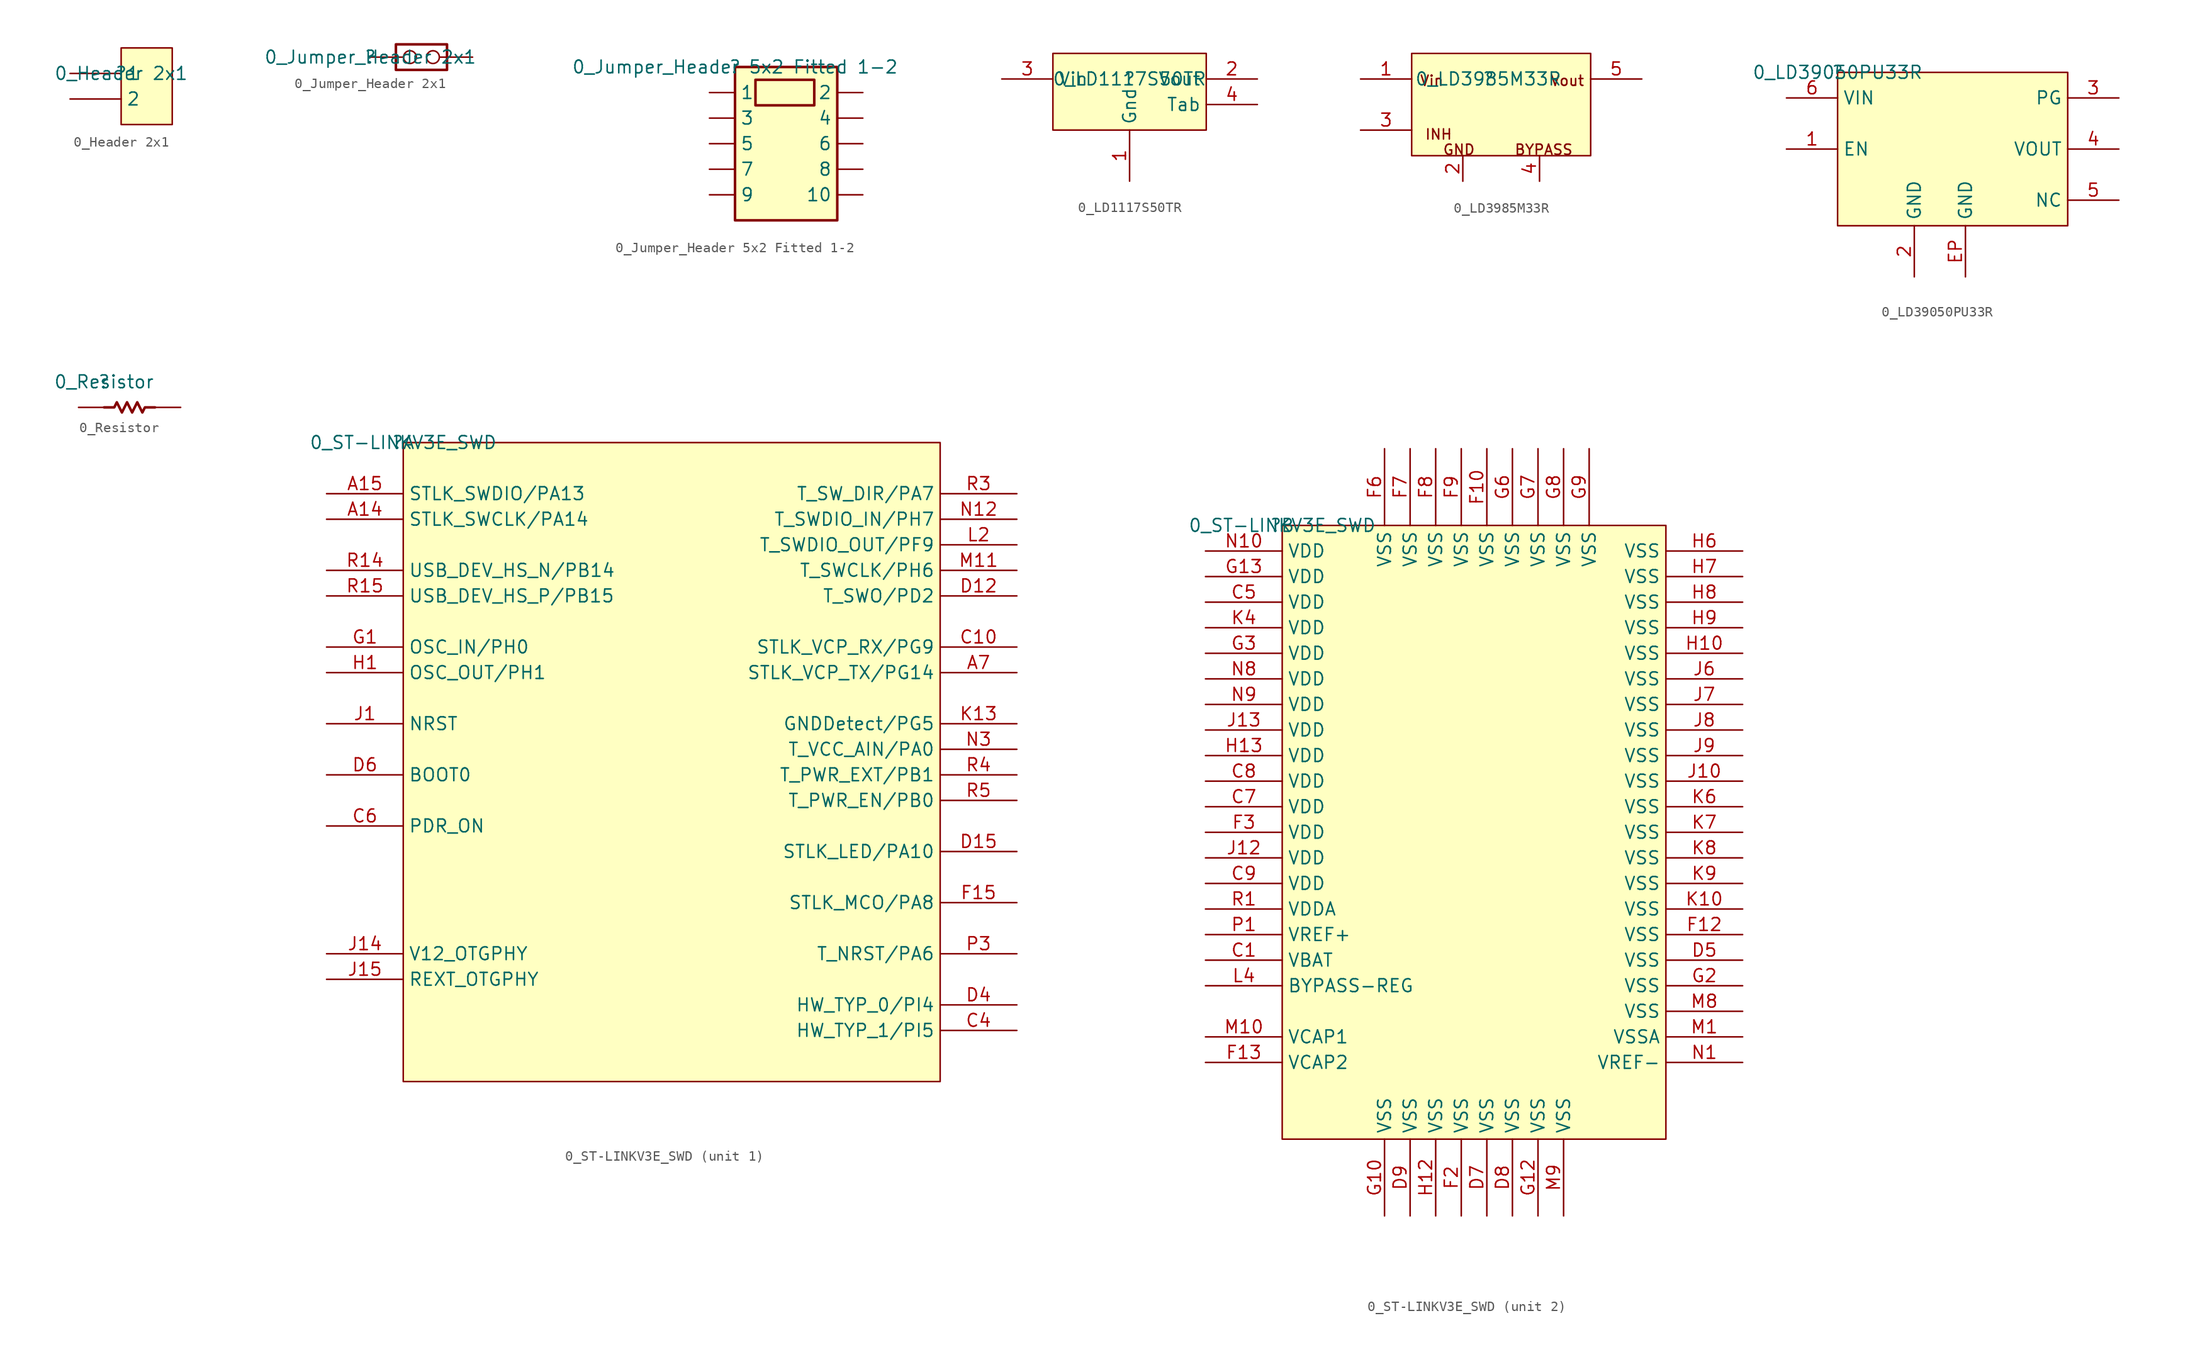
<source format=kicad_sym>
(kicad_symbol_lib
  (version 20211014)
  (generator kicad_symbol_editor)
  (symbol "0_Header 2x1"
    (property "Reference" ""
      (at 0 0 0)
      (effects (font (size 1.27 1.27))))
    (property "Value" "0_Header 2x1"
      (at 0 0 0)
      (effects (font (size 1.27 1.27))))
    (symbol "0_Header 2x1_1_0"
      (rectangle (start 5.08 2.54) (end 0 -5.08) (stroke (width 0) (type default) (color 0 0 0 0)) (fill (type background)))
      (pin passive line (at -5.08 0 0) (length 5.08) (name "1" (effects (font (size 1.27 1.27)))) (number "1" (effects (font (size 0 0)))))
      (pin passive line (at -5.08 -2.54 0) (length 5.08) (name "2" (effects (font (size 1.27 1.27)))) (number "2" (effects (font (size 0 0)))))))
  (symbol "0_Jumper_Header 2x1"
    (property "Reference" ""
      (at 0 0 0)
      (effects (font (size 1.27 1.27))))
    (property "Value" "0_Jumper_Header 2x1"
      (at 0 0 0)
      (effects (font (size 1.27 1.27))))
    (symbol "0_Jumper_Header 2x1_1_0"
      (polyline (pts (xy 2.54 1.27) (xy 7.62 1.27) (xy 7.62 -1.27) (xy 2.54 -1.27) (xy 2.54 1.27)) (stroke (width 0.254) (type default) (color 0 0 0 0)) (fill (type none)))
      (pin passive inverted (at 0 0 0) (length 4.572) (name "COMMON" (effects (font (size 0 0)))) (number "1" (effects (font (size 0 0)))))
      (pin passive inverted (at 10.16 0 180) (length 4.572) (name "NO" (effects (font (size 0 0)))) (number "2" (effects (font (size 0 0)))))))
  (symbol "0_Jumper_Header 5x2 Fitted 1-2"
    (property "Reference" ""
      (at 0 0 0)
      (effects (font (size 1.27 1.27))))
    (property "Value" "0_Jumper_Header 5x2 Fitted 1-2"
      (at 0 0 0)
      (effects (font (size 1.27 1.27))))
    (symbol "0_Jumper_Header 5x2 Fitted 1-2_1_0"
      (rectangle (start 7.874 -1.27) (end 2.032 -3.81) (stroke (width 0.254) (type default) (color 0 0 0 0)) (fill (type background)))
      (rectangle (start 10.16 0) (end 0 -15.24) (stroke (width 0.254) (type default) (color 0 0 0 0)) (fill (type background)))
      (pin passive line (at -2.54 -2.54 0) (length 2.54) (name "1" (effects (font (size 1.27 1.27)))) (number "1" (effects (font (size 0 0)))))
      (pin passive line (at 12.7 -12.7 180) (length 2.54) (name "10" (effects (font (size 1.27 1.27)))) (number "10" (effects (font (size 0 0)))))
      (pin passive line (at 12.7 -2.54 180) (length 2.54) (name "2" (effects (font (size 1.27 1.27)))) (number "2" (effects (font (size 0 0)))))
      (pin passive line (at -2.54 -5.08 0) (length 2.54) (name "3" (effects (font (size 1.27 1.27)))) (number "3" (effects (font (size 0 0)))))
      (pin passive line (at 12.7 -5.08 180) (length 2.54) (name "4" (effects (font (size 1.27 1.27)))) (number "4" (effects (font (size 0 0)))))
      (pin passive line (at -2.54 -7.62 0) (length 2.54) (name "5" (effects (font (size 1.27 1.27)))) (number "5" (effects (font (size 0 0)))))
      (pin passive line (at 12.7 -7.62 180) (length 2.54) (name "6" (effects (font (size 1.27 1.27)))) (number "6" (effects (font (size 0 0)))))
      (pin passive line (at -2.54 -10.16 0) (length 2.54) (name "7" (effects (font (size 1.27 1.27)))) (number "7" (effects (font (size 0 0)))))
      (pin passive line (at 12.7 -10.16 180) (length 2.54) (name "8" (effects (font (size 1.27 1.27)))) (number "8" (effects (font (size 0 0)))))
      (pin passive line (at -2.54 -12.7 0) (length 2.54) (name "9" (effects (font (size 1.27 1.27)))) (number "9" (effects (font (size 0 0)))))))
  (symbol "0_LD1117S50TR"
    (property "Reference" ""
      (at 0 0 0)
      (effects (font (size 1.27 1.27))))
    (property "Value" "0_LD1117S50TR"
      (at 0 0 0)
      (effects (font (size 1.27 1.27))))
    (symbol "0_LD1117S50TR_1_0"
      (rectangle (start 7.62 2.54) (end -7.62 -5.08) (stroke (width 0) (type default) (color 0 0 0 0)) (fill (type background)))
      (pin passive line (at 0 -10.16 90) (length 5.08) (name "Gnd" (effects (font (size 1.27 1.27)))) (number "1" (effects (font (size 1.27 1.27)))))
      (pin passive line (at 12.7 0 180) (length 5.08) (name "Vout" (effects (font (size 1.27 1.27)))) (number "2" (effects (font (size 1.27 1.27)))))
      (pin passive line (at -12.7 0 0) (length 5.08) (name "Vin" (effects (font (size 1.27 1.27)))) (number "3" (effects (font (size 1.27 1.27)))))
      (pin passive line (at 12.7 -2.54 180) (length 5.08) (name "Tab" (effects (font (size 1.27 1.27)))) (number "4" (effects (font (size 1.27 1.27)))))))
  (symbol "0_LD3985M33R"
    (property "Reference" ""
      (at 0 0 0)
      (effects (font (size 1.27 1.27))))
    (property "Value" "0_LD3985M33R"
      (at 0 0 0)
      (effects (font (size 1.27 1.27))))
    (symbol "0_LD3985M33R_1_0"
      (rectangle (start 10.16 2.54) (end -7.62 -7.62) (stroke (width 0) (type default) (color 0 0 0 0)) (fill (type background)))
      (text "BYPASS" (at 2.54 -7.62 0) (effects (font (size 1.016 1.016)) (justify left bottom)))
      (text "GND" (at -4.572 -7.62 0) (effects (font (size 1.016 1.016)) (justify left bottom)))
      (text "INH" (at -6.35 -6.096 0) (effects (font (size 1.016 1.016)) (justify left bottom)))
      (text "Vin" (at -6.858 -0.762 0) (effects (font (size 1.016 1.016)) (justify left bottom)))
      (text "Vout" (at 6.096 -0.762 0) (effects (font (size 1.016 1.016)) (justify left bottom)))
      (pin passive line (at -12.7 0 0) (length 5.08) (name "Vin" (effects (font (size 0 0)))) (number "1" (effects (font (size 1.27 1.27)))))
      (pin passive line (at -2.54 -10.16 90) (length 2.54) (name "GND" (effects (font (size 0 0)))) (number "2" (effects (font (size 1.27 1.27)))))
      (pin passive line (at -12.7 -5.08 0) (length 5.08) (name "CE" (effects (font (size 0 0)))) (number "3" (effects (font (size 1.27 1.27)))))
      (pin passive line (at 5.08 -10.16 90) (length 2.54) (name "BYPASS" (effects (font (size 0 0)))) (number "4" (effects (font (size 1.27 1.27)))))
      (pin passive line (at 15.24 0 180) (length 5.08) (name "Vout" (effects (font (size 0 0)))) (number "5" (effects (font (size 1.27 1.27)))))))
  (symbol "0_LD39050PU33R"
    (property "Reference" ""
      (at 0 0 0)
      (effects (font (size 1.27 1.27))))
    (property "Value" "0_LD39050PU33R"
      (at 0 0 0)
      (effects (font (size 1.27 1.27))))
    (symbol "0_LD39050PU33R_1_0"
      (rectangle (start 22.86 0) (end 0 -15.24) (stroke (width 0) (type default) (color 0 0 0 0)) (fill (type background)))
      (pin passive line (at -5.08 -7.62 0) (length 5.08) (name "EN" (effects (font (size 1.27 1.27)))) (number "1" (effects (font (size 1.27 1.27)))))
      (pin passive line (at 7.62 -20.32 90) (length 5.08) (name "GND" (effects (font (size 1.27 1.27)))) (number "2" (effects (font (size 1.27 1.27)))))
      (pin passive line (at 27.94 -2.54 180) (length 5.08) (name "PG" (effects (font (size 1.27 1.27)))) (number "3" (effects (font (size 1.27 1.27)))))
      (pin passive line (at 27.94 -7.62 180) (length 5.08) (name "VOUT" (effects (font (size 1.27 1.27)))) (number "4" (effects (font (size 1.27 1.27)))))
      (pin passive line (at 27.94 -12.7 180) (length 5.08) (name "NC" (effects (font (size 1.27 1.27)))) (number "5" (effects (font (size 1.27 1.27)))))
      (pin passive line (at -5.08 -2.54 0) (length 5.08) (name "VIN" (effects (font (size 1.27 1.27)))) (number "6" (effects (font (size 1.27 1.27)))))
      (pin passive line (at 12.7 -20.32 90) (length 5.08) (name "GND" (effects (font (size 1.27 1.27)))) (number "EP" (effects (font (size 1.27 1.27)))))))
  (symbol "0_Resistor"
    (property "Reference" ""
      (at 0 0 0)
      (effects (font (size 1.27 1.27))))
    (property "Value" "0_Resistor"
      (at 0 0 0)
      (effects (font (size 1.27 1.27))))
    (symbol "0_Resistor_1_0"
      (polyline (pts (xy 5.08 -2.54) (xy 4.064 -2.54) (xy 3.81 -3.048) (xy 3.302 -2.032) (xy 2.794 -3.048) (xy 2.286 -2.032) (xy 1.778 -3.048) (xy 1.27 -2.032) (xy 1.016 -2.54) (xy 0 -2.54)) (stroke (width 0.254) (type default) (color 0 0 0 0)) (fill (type none)))
      (pin passive line (at -2.54 -2.54 0) (length 2.54) (name "1" (effects (font (size 0 0)))) (number "1" (effects (font (size 0 0)))))
      (pin passive line (at 7.62 -2.54 180) (length 2.54) (name "2" (effects (font (size 0 0)))) (number "2" (effects (font (size 0 0)))))))
  (symbol "0_ST-LINKV3E_SWD"
    (property "Reference" ""
      (at 0 0 0)
      (effects (font (size 1.27 1.27))))
    (property "Value" "0_ST-LINKV3E_SWD"
      (at 0 0 0)
      (effects (font (size 1.27 1.27))))
    (symbol "0_ST-LINKV3E_SWD_1_0"
      (rectangle (start 53.34 0) (end 0 -63.5) (stroke (width 0) (type default) (color 0 0 0 0)) (fill (type background)))
      (pin passive line (at -7.62 -7.62 0) (length 7.62) (name "STLK_SWCLK/PA14" (effects (font (size 1.27 1.27)))) (number "A14" (effects (font (size 1.27 1.27)))))
      (pin passive line (at -7.62 -5.08 0) (length 7.62) (name "STLK_SWDIO/PA13" (effects (font (size 1.27 1.27)))) (number "A15" (effects (font (size 1.27 1.27)))))
      (pin passive line (at 60.96 -22.86 180) (length 7.62) (name "STLK_VCP_TX/PG14" (effects (font (size 1.27 1.27)))) (number "A7" (effects (font (size 1.27 1.27)))))
      (pin passive line (at 60.96 -20.32 180) (length 7.62) (name "STLK_VCP_RX/PG9" (effects (font (size 1.27 1.27)))) (number "C10" (effects (font (size 1.27 1.27)))))
      (pin passive line (at 60.96 -58.42 180) (length 7.62) (name "HW_TYP_1/PI5" (effects (font (size 1.27 1.27)))) (number "C4" (effects (font (size 1.27 1.27)))))
      (pin passive line (at -7.62 -38.1 0) (length 7.62) (name "PDR_ON" (effects (font (size 1.27 1.27)))) (number "C6" (effects (font (size 1.27 1.27)))))
      (pin passive line (at 60.96 -15.24 180) (length 7.62) (name "T_SWO/PD2" (effects (font (size 1.27 1.27)))) (number "D12" (effects (font (size 1.27 1.27)))))
      (pin passive line (at 60.96 -40.64 180) (length 7.62) (name "STLK_LED/PA10" (effects (font (size 1.27 1.27)))) (number "D15" (effects (font (size 1.27 1.27)))))
      (pin passive line (at 60.96 -55.88 180) (length 7.62) (name "HW_TYP_0/PI4" (effects (font (size 1.27 1.27)))) (number "D4" (effects (font (size 1.27 1.27)))))
      (pin passive line (at -7.62 -33.02 0) (length 7.62) (name "BOOT0" (effects (font (size 1.27 1.27)))) (number "D6" (effects (font (size 1.27 1.27)))))
      (pin passive line (at 60.96 -45.72 180) (length 7.62) (name "STLK_MCO/PA8" (effects (font (size 1.27 1.27)))) (number "F15" (effects (font (size 1.27 1.27)))))
      (pin passive line (at -7.62 -20.32 0) (length 7.62) (name "OSC_IN/PH0" (effects (font (size 1.27 1.27)))) (number "G1" (effects (font (size 1.27 1.27)))))
      (pin passive line (at -7.62 -22.86 0) (length 7.62) (name "OSC_OUT/PH1" (effects (font (size 1.27 1.27)))) (number "H1" (effects (font (size 1.27 1.27)))))
      (pin passive line (at -7.62 -27.94 0) (length 7.62) (name "NRST" (effects (font (size 1.27 1.27)))) (number "J1" (effects (font (size 1.27 1.27)))))
      (pin passive line (at -7.62 -50.8 0) (length 7.62) (name "V12_OTGPHY" (effects (font (size 1.27 1.27)))) (number "J14" (effects (font (size 1.27 1.27)))))
      (pin passive line (at -7.62 -53.34 0) (length 7.62) (name "REXT_OTGPHY" (effects (font (size 1.27 1.27)))) (number "J15" (effects (font (size 1.27 1.27)))))
      (pin passive line (at 60.96 -27.94 180) (length 7.62) (name "GNDDetect/PG5" (effects (font (size 1.27 1.27)))) (number "K13" (effects (font (size 1.27 1.27)))))
      (pin passive line (at 60.96 -10.16 180) (length 7.62) (name "T_SWDIO_OUT/PF9" (effects (font (size 1.27 1.27)))) (number "L2" (effects (font (size 1.27 1.27)))))
      (pin passive line (at 60.96 -12.7 180) (length 7.62) (name "T_SWCLK/PH6" (effects (font (size 1.27 1.27)))) (number "M11" (effects (font (size 1.27 1.27)))))
      (pin passive line (at 60.96 -7.62 180) (length 7.62) (name "T_SWDIO_IN/PH7" (effects (font (size 1.27 1.27)))) (number "N12" (effects (font (size 1.27 1.27)))))
      (pin passive line (at 60.96 -30.48 180) (length 7.62) (name "T_VCC_AIN/PA0" (effects (font (size 1.27 1.27)))) (number "N3" (effects (font (size 1.27 1.27)))))
      (pin passive line (at 60.96 -50.8 180) (length 7.62) (name "T_NRST/PA6" (effects (font (size 1.27 1.27)))) (number "P3" (effects (font (size 1.27 1.27)))))
      (pin passive line (at -7.62 -12.7 0) (length 7.62) (name "USB_DEV_HS_N/PB14" (effects (font (size 1.27 1.27)))) (number "R14" (effects (font (size 1.27 1.27)))))
      (pin passive line (at -7.62 -15.24 0) (length 7.62) (name "USB_DEV_HS_P/PB15" (effects (font (size 1.27 1.27)))) (number "R15" (effects (font (size 1.27 1.27)))))
      (pin passive line (at 60.96 -5.08 180) (length 7.62) (name "T_SW_DIR/PA7" (effects (font (size 1.27 1.27)))) (number "R3" (effects (font (size 1.27 1.27)))))
      (pin passive line (at 60.96 -33.02 180) (length 7.62) (name "T_PWR_EXT/PB1" (effects (font (size 1.27 1.27)))) (number "R4" (effects (font (size 1.27 1.27)))))
      (pin passive line (at 60.96 -35.56 180) (length 7.62) (name "T_PWR_EN/PB0" (effects (font (size 1.27 1.27)))) (number "R5" (effects (font (size 1.27 1.27))))))
    (symbol "0_ST-LINKV3E_SWD_2_0"
      (rectangle (start 38.1 0) (end 0 -60.96) (stroke (width 0) (type default) (color 0 0 0 0)) (fill (type background)))
      (pin passive line (at -7.62 -43.18 0) (length 7.62) (name "VBAT" (effects (font (size 1.27 1.27)))) (number "C1" (effects (font (size 1.27 1.27)))))
      (pin passive line (at -7.62 -7.62 0) (length 7.62) (name "VDD" (effects (font (size 1.27 1.27)))) (number "C5" (effects (font (size 1.27 1.27)))))
      (pin passive line (at -7.62 -27.94 0) (length 7.62) (name "VDD" (effects (font (size 1.27 1.27)))) (number "C7" (effects (font (size 1.27 1.27)))))
      (pin passive line (at -7.62 -25.4 0) (length 7.62) (name "VDD" (effects (font (size 1.27 1.27)))) (number "C8" (effects (font (size 1.27 1.27)))))
      (pin passive line (at -7.62 -35.56 0) (length 7.62) (name "VDD" (effects (font (size 1.27 1.27)))) (number "C9" (effects (font (size 1.27 1.27)))))
      (pin passive line (at 45.72 -43.18 180) (length 7.62) (name "VSS" (effects (font (size 1.27 1.27)))) (number "D5" (effects (font (size 1.27 1.27)))))
      (pin passive line (at 20.32 -68.58 90) (length 7.62) (name "VSS" (effects (font (size 1.27 1.27)))) (number "D7" (effects (font (size 1.27 1.27)))))
      (pin passive line (at 22.86 -68.58 90) (length 7.62) (name "VSS" (effects (font (size 1.27 1.27)))) (number "D8" (effects (font (size 1.27 1.27)))))
      (pin passive line (at 12.7 -68.58 90) (length 7.62) (name "VSS" (effects (font (size 1.27 1.27)))) (number "D9" (effects (font (size 1.27 1.27)))))
      (pin passive line (at 20.32 7.62 270) (length 7.62) (name "VSS" (effects (font (size 1.27 1.27)))) (number "F10" (effects (font (size 1.27 1.27)))))
      (pin passive line (at 45.72 -40.64 180) (length 7.62) (name "VSS" (effects (font (size 1.27 1.27)))) (number "F12" (effects (font (size 1.27 1.27)))))
      (pin passive line (at -7.62 -53.34 0) (length 7.62) (name "VCAP2" (effects (font (size 1.27 1.27)))) (number "F13" (effects (font (size 1.27 1.27)))))
      (pin passive line (at 17.78 -68.58 90) (length 7.62) (name "VSS" (effects (font (size 1.27 1.27)))) (number "F2" (effects (font (size 1.27 1.27)))))
      (pin passive line (at -7.62 -30.48 0) (length 7.62) (name "VDD" (effects (font (size 1.27 1.27)))) (number "F3" (effects (font (size 1.27 1.27)))))
      (pin passive line (at 10.16 7.62 270) (length 7.62) (name "VSS" (effects (font (size 1.27 1.27)))) (number "F6" (effects (font (size 1.27 1.27)))))
      (pin passive line (at 12.7 7.62 270) (length 7.62) (name "VSS" (effects (font (size 1.27 1.27)))) (number "F7" (effects (font (size 1.27 1.27)))))
      (pin passive line (at 15.24 7.62 270) (length 7.62) (name "VSS" (effects (font (size 1.27 1.27)))) (number "F8" (effects (font (size 1.27 1.27)))))
      (pin passive line (at 17.78 7.62 270) (length 7.62) (name "VSS" (effects (font (size 1.27 1.27)))) (number "F9" (effects (font (size 1.27 1.27)))))
      (pin passive line (at 10.16 -68.58 90) (length 7.62) (name "VSS" (effects (font (size 1.27 1.27)))) (number "G10" (effects (font (size 1.27 1.27)))))
      (pin passive line (at 25.4 -68.58 90) (length 7.62) (name "VSS" (effects (font (size 1.27 1.27)))) (number "G12" (effects (font (size 1.27 1.27)))))
      (pin passive line (at -7.62 -5.08 0) (length 7.62) (name "VDD" (effects (font (size 1.27 1.27)))) (number "G13" (effects (font (size 1.27 1.27)))))
      (pin passive line (at 45.72 -45.72 180) (length 7.62) (name "VSS" (effects (font (size 1.27 1.27)))) (number "G2" (effects (font (size 1.27 1.27)))))
      (pin passive line (at -7.62 -12.7 0) (length 7.62) (name "VDD" (effects (font (size 1.27 1.27)))) (number "G3" (effects (font (size 1.27 1.27)))))
      (pin passive line (at 22.86 7.62 270) (length 7.62) (name "VSS" (effects (font (size 1.27 1.27)))) (number "G6" (effects (font (size 1.27 1.27)))))
      (pin passive line (at 25.4 7.62 270) (length 7.62) (name "VSS" (effects (font (size 1.27 1.27)))) (number "G7" (effects (font (size 1.27 1.27)))))
      (pin passive line (at 27.94 7.62 270) (length 7.62) (name "VSS" (effects (font (size 1.27 1.27)))) (number "G8" (effects (font (size 1.27 1.27)))))
      (pin passive line (at 30.48 7.62 270) (length 7.62) (name "VSS" (effects (font (size 1.27 1.27)))) (number "G9" (effects (font (size 1.27 1.27)))))
      (pin passive line (at 45.72 -12.7 180) (length 7.62) (name "VSS" (effects (font (size 1.27 1.27)))) (number "H10" (effects (font (size 1.27 1.27)))))
      (pin passive line (at 15.24 -68.58 90) (length 7.62) (name "VSS" (effects (font (size 1.27 1.27)))) (number "H12" (effects (font (size 1.27 1.27)))))
      (pin passive line (at -7.62 -22.86 0) (length 7.62) (name "VDD" (effects (font (size 1.27 1.27)))) (number "H13" (effects (font (size 1.27 1.27)))))
      (pin passive line (at 45.72 -2.54 180) (length 7.62) (name "VSS" (effects (font (size 1.27 1.27)))) (number "H6" (effects (font (size 1.27 1.27)))))
      (pin passive line (at 45.72 -5.08 180) (length 7.62) (name "VSS" (effects (font (size 1.27 1.27)))) (number "H7" (effects (font (size 1.27 1.27)))))
      (pin passive line (at 45.72 -7.62 180) (length 7.62) (name "VSS" (effects (font (size 1.27 1.27)))) (number "H8" (effects (font (size 1.27 1.27)))))
      (pin passive line (at 45.72 -10.16 180) (length 7.62) (name "VSS" (effects (font (size 1.27 1.27)))) (number "H9" (effects (font (size 1.27 1.27)))))
      (pin passive line (at 45.72 -25.4 180) (length 7.62) (name "VSS" (effects (font (size 1.27 1.27)))) (number "J10" (effects (font (size 1.27 1.27)))))
      (pin passive line (at -7.62 -33.02 0) (length 7.62) (name "VDD" (effects (font (size 1.27 1.27)))) (number "J12" (effects (font (size 1.27 1.27)))))
      (pin passive line (at -7.62 -20.32 0) (length 7.62) (name "VDD" (effects (font (size 1.27 1.27)))) (number "J13" (effects (font (size 1.27 1.27)))))
      (pin passive line (at 45.72 -15.24 180) (length 7.62) (name "VSS" (effects (font (size 1.27 1.27)))) (number "J6" (effects (font (size 1.27 1.27)))))
      (pin passive line (at 45.72 -17.78 180) (length 7.62) (name "VSS" (effects (font (size 1.27 1.27)))) (number "J7" (effects (font (size 1.27 1.27)))))
      (pin passive line (at 45.72 -20.32 180) (length 7.62) (name "VSS" (effects (font (size 1.27 1.27)))) (number "J8" (effects (font (size 1.27 1.27)))))
      (pin passive line (at 45.72 -22.86 180) (length 7.62) (name "VSS" (effects (font (size 1.27 1.27)))) (number "J9" (effects (font (size 1.27 1.27)))))
      (pin passive line (at 45.72 -38.1 180) (length 7.62) (name "VSS" (effects (font (size 1.27 1.27)))) (number "K10" (effects (font (size 1.27 1.27)))))
      (pin passive line (at -7.62 -10.16 0) (length 7.62) (name "VDD" (effects (font (size 1.27 1.27)))) (number "K4" (effects (font (size 1.27 1.27)))))
      (pin passive line (at 45.72 -27.94 180) (length 7.62) (name "VSS" (effects (font (size 1.27 1.27)))) (number "K6" (effects (font (size 1.27 1.27)))))
      (pin passive line (at 45.72 -30.48 180) (length 7.62) (name "VSS" (effects (font (size 1.27 1.27)))) (number "K7" (effects (font (size 1.27 1.27)))))
      (pin passive line (at 45.72 -33.02 180) (length 7.62) (name "VSS" (effects (font (size 1.27 1.27)))) (number "K8" (effects (font (size 1.27 1.27)))))
      (pin passive line (at 45.72 -35.56 180) (length 7.62) (name "VSS" (effects (font (size 1.27 1.27)))) (number "K9" (effects (font (size 1.27 1.27)))))
      (pin passive line (at -7.62 -45.72 0) (length 7.62) (name "BYPASS-REG" (effects (font (size 1.27 1.27)))) (number "L4" (effects (font (size 1.27 1.27)))))
      (pin passive line (at 45.72 -50.8 180) (length 7.62) (name "VSSA" (effects (font (size 1.27 1.27)))) (number "M1" (effects (font (size 1.27 1.27)))))
      (pin passive line (at -7.62 -50.8 0) (length 7.62) (name "VCAP1" (effects (font (size 1.27 1.27)))) (number "M10" (effects (font (size 1.27 1.27)))))
      (pin passive line (at 45.72 -48.26 180) (length 7.62) (name "VSS" (effects (font (size 1.27 1.27)))) (number "M8" (effects (font (size 1.27 1.27)))))
      (pin passive line (at 27.94 -68.58 90) (length 7.62) (name "VSS" (effects (font (size 1.27 1.27)))) (number "M9" (effects (font (size 1.27 1.27)))))
      (pin passive line (at 45.72 -53.34 180) (length 7.62) (name "VREF-" (effects (font (size 1.27 1.27)))) (number "N1" (effects (font (size 1.27 1.27)))))
      (pin passive line (at -7.62 -2.54 0) (length 7.62) (name "VDD" (effects (font (size 1.27 1.27)))) (number "N10" (effects (font (size 1.27 1.27)))))
      (pin passive line (at -7.62 -15.24 0) (length 7.62) (name "VDD" (effects (font (size 1.27 1.27)))) (number "N8" (effects (font (size 1.27 1.27)))))
      (pin passive line (at -7.62 -17.78 0) (length 7.62) (name "VDD" (effects (font (size 1.27 1.27)))) (number "N9" (effects (font (size 1.27 1.27)))))
      (pin passive line (at -7.62 -40.64 0) (length 7.62) (name "VREF+" (effects (font (size 1.27 1.27)))) (number "P1" (effects (font (size 1.27 1.27)))))
      (pin passive line (at -7.62 -38.1 0) (length 7.62) (name "VDDA" (effects (font (size 1.27 1.27)))) (number "R1" (effects (font (size 1.27 1.27))))))))
</source>
